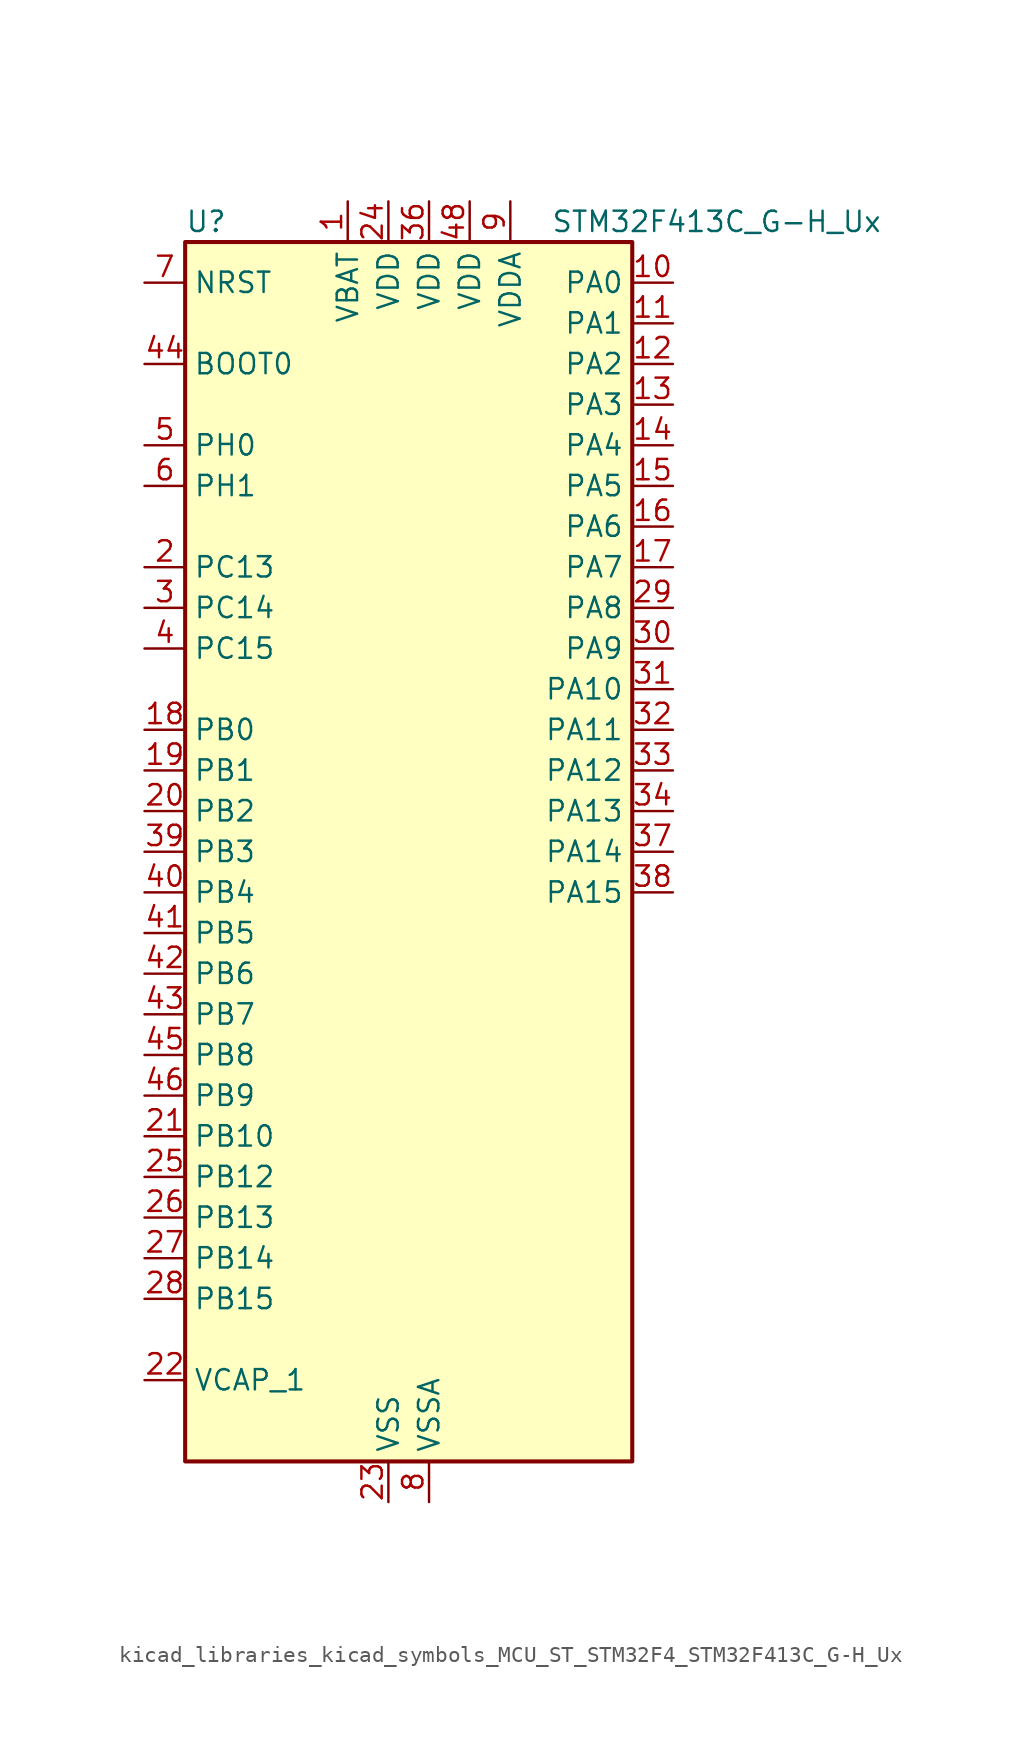
<source format=kicad_sym>
(kicad_symbol_lib
  (version 20220914)
  (generator kicad_symbol_editor)
  (symbol "kicad_libraries_kicad_symbols_MCU_ST_STM32F4_STM32F413C_G-H_Ux"
    (property "Reference" "U"
      (at -12.7 39.37 0)
      (effects (font (size 1.27 1.27)) (justify left)))
    (property "Value" "STM32F413C_G-H_Ux"
      (at 10.16 39.37 0)
      (effects (font (size 1.27 1.27)) (justify left)))
    (property "ki_locked" ""
      (at 0 0 0)
      (effects (font (size 1.27 1.27))))
    (symbol "kicad_libraries_kicad_symbols_MCU_ST_STM32F4_STM32F413C_G-H_Ux_0_1"
      (rectangle (start -12.7 -38.1) (end 15.24 38.1) (stroke (width 0.254) (type default)) (fill (type background))))
    (symbol "kicad_libraries_kicad_symbols_MCU_ST_STM32F4_STM32F413C_G-H_Ux_1_1"
      (pin power_in line (at -2.54 40.64 270) (length 2.54) (name "VBAT" (effects (font (size 1.27 1.27)))) (number "1" (effects (font (size 1.27 1.27)))))
      (pin bidirectional line (at 17.78 35.56 180) (length 2.54) (name "PA0" (effects (font (size 1.27 1.27)))) (number "10" (effects (font (size 1.27 1.27)))) (alternate "ADC1_IN0" bidirectional line) (alternate "SYS_WKUP1" bidirectional line) (alternate "TIM2_CH1" bidirectional line) (alternate "TIM2_ETR" bidirectional line) (alternate "TIM5_CH1" bidirectional line) (alternate "TIM8_ETR" bidirectional line) (alternate "UART4_TX" bidirectional line) (alternate "USART2_CTS" bidirectional line))
      (pin bidirectional line (at 17.78 33.02 180) (length 2.54) (name "PA1" (effects (font (size 1.27 1.27)))) (number "11" (effects (font (size 1.27 1.27)))) (alternate "ADC1_IN1" bidirectional line) (alternate "I2S4_SD" bidirectional line) (alternate "SPI4_MOSI" bidirectional line) (alternate "TIM2_CH2" bidirectional line) (alternate "TIM5_CH2" bidirectional line) (alternate "UART4_RX" bidirectional line) (alternate "USART2_RTS" bidirectional line))
      (pin bidirectional line (at 17.78 30.48 180) (length 2.54) (name "PA2" (effects (font (size 1.27 1.27)))) (number "12" (effects (font (size 1.27 1.27)))) (alternate "ADC1_IN2" bidirectional line) (alternate "I2S_CKIN" bidirectional line) (alternate "TIM2_CH3" bidirectional line) (alternate "TIM5_CH3" bidirectional line) (alternate "TIM9_CH1" bidirectional line) (alternate "USART2_TX" bidirectional line))
      (pin bidirectional line (at 17.78 27.94 180) (length 2.54) (name "PA3" (effects (font (size 1.27 1.27)))) (number "13" (effects (font (size 1.27 1.27)))) (alternate "ADC1_IN3" bidirectional line) (alternate "I2S2_MCK" bidirectional line) (alternate "SAI1_SD_B" bidirectional line) (alternate "TIM2_CH4" bidirectional line) (alternate "TIM5_CH4" bidirectional line) (alternate "TIM9_CH2" bidirectional line) (alternate "USART2_RX" bidirectional line))
      (pin bidirectional line (at 17.78 25.4 180) (length 2.54) (name "PA4" (effects (font (size 1.27 1.27)))) (number "14" (effects (font (size 1.27 1.27)))) (alternate "ADC1_IN4" bidirectional line) (alternate "DAC_OUT1" bidirectional line) (alternate "DFSDM1_DATIN1" bidirectional line) (alternate "I2S1_WS" bidirectional line) (alternate "I2S3_WS" bidirectional line) (alternate "SPI1_NSS" bidirectional line) (alternate "SPI3_NSS" bidirectional line) (alternate "USART2_CK" bidirectional line))
      (pin bidirectional line (at 17.78 22.86 180) (length 2.54) (name "PA5" (effects (font (size 1.27 1.27)))) (number "15" (effects (font (size 1.27 1.27)))) (alternate "ADC1_IN5" bidirectional line) (alternate "DAC_OUT2" bidirectional line) (alternate "DFSDM1_CKIN1" bidirectional line) (alternate "I2S1_CK" bidirectional line) (alternate "SPI1_SCK" bidirectional line) (alternate "TIM2_CH1" bidirectional line) (alternate "TIM2_ETR" bidirectional line) (alternate "TIM8_CH1N" bidirectional line))
      (pin bidirectional line (at 17.78 20.32 180) (length 2.54) (name "PA6" (effects (font (size 1.27 1.27)))) (number "16" (effects (font (size 1.27 1.27)))) (alternate "ADC1_IN6" bidirectional line) (alternate "DFSDM2_CKIN1" bidirectional line) (alternate "I2S2_MCK" bidirectional line) (alternate "SDIO_CMD" bidirectional line) (alternate "SPI1_MISO" bidirectional line) (alternate "TIM13_CH1" bidirectional line) (alternate "TIM1_BKIN" bidirectional line) (alternate "TIM3_CH1" bidirectional line) (alternate "TIM8_BKIN" bidirectional line))
      (pin bidirectional line (at 17.78 17.78 180) (length 2.54) (name "PA7" (effects (font (size 1.27 1.27)))) (number "17" (effects (font (size 1.27 1.27)))) (alternate "ADC1_IN7" bidirectional line) (alternate "DFSDM2_DATIN1" bidirectional line) (alternate "I2S1_SD" bidirectional line) (alternate "SPI1_MOSI" bidirectional line) (alternate "TIM14_CH1" bidirectional line) (alternate "TIM1_CH1N" bidirectional line) (alternate "TIM3_CH2" bidirectional line) (alternate "TIM8_CH1N" bidirectional line))
      (pin bidirectional line (at -15.24 7.62 0) (length 2.54) (name "PB0" (effects (font (size 1.27 1.27)))) (number "18" (effects (font (size 1.27 1.27)))) (alternate "ADC1_IN8" bidirectional line) (alternate "I2S5_CK" bidirectional line) (alternate "SPI5_SCK" bidirectional line) (alternate "TIM1_CH2N" bidirectional line) (alternate "TIM3_CH3" bidirectional line) (alternate "TIM8_CH2N" bidirectional line))
      (pin bidirectional line (at -15.24 5.08 0) (length 2.54) (name "PB1" (effects (font (size 1.27 1.27)))) (number "19" (effects (font (size 1.27 1.27)))) (alternate "ADC1_IN9" bidirectional line) (alternate "DFSDM1_DATIN0" bidirectional line) (alternate "I2S5_WS" bidirectional line) (alternate "SPI5_NSS" bidirectional line) (alternate "TIM1_CH3N" bidirectional line) (alternate "TIM3_CH4" bidirectional line) (alternate "TIM8_CH3N" bidirectional line))
      (pin bidirectional line (at -15.24 17.78 0) (length 2.54) (name "PC13" (effects (font (size 1.27 1.27)))) (number "2" (effects (font (size 1.27 1.27)))) (alternate "RTC_AF1" bidirectional line))
      (pin bidirectional line (at -15.24 2.54 0) (length 2.54) (name "PB2" (effects (font (size 1.27 1.27)))) (number "20" (effects (font (size 1.27 1.27)))) (alternate "DFSDM1_CKIN0" bidirectional line) (alternate "LPTIM1_OUT" bidirectional line))
      (pin bidirectional line (at -15.24 -17.78 0) (length 2.54) (name "PB10" (effects (font (size 1.27 1.27)))) (number "21" (effects (font (size 1.27 1.27)))) (alternate "DFSDM2_CKOUT" bidirectional line) (alternate "FMPI2C1_SCL" bidirectional line) (alternate "I2C2_SCL" bidirectional line) (alternate "I2S2_CK" bidirectional line) (alternate "I2S3_MCK" bidirectional line) (alternate "SDIO_D7" bidirectional line) (alternate "SPI2_SCK" bidirectional line) (alternate "TIM2_CH3" bidirectional line))
      (pin power_out line (at -15.24 -33.02 0) (length 2.54) (name "VCAP_1" (effects (font (size 1.27 1.27)))) (number "22" (effects (font (size 1.27 1.27)))))
      (pin power_in line (at 0 -40.64 90) (length 2.54) (name "VSS" (effects (font (size 1.27 1.27)))) (number "23" (effects (font (size 1.27 1.27)))))
      (pin power_in line (at 0 40.64 270) (length 2.54) (name "VDD" (effects (font (size 1.27 1.27)))) (number "24" (effects (font (size 1.27 1.27)))))
      (pin bidirectional line (at -15.24 -20.32 0) (length 2.54) (name "PB12" (effects (font (size 1.27 1.27)))) (number "25" (effects (font (size 1.27 1.27)))) (alternate "CAN2_RX" bidirectional line) (alternate "DFSDM1_DATIN1" bidirectional line) (alternate "I2C2_SMBA" bidirectional line) (alternate "I2S2_WS" bidirectional line) (alternate "I2S3_CK" bidirectional line) (alternate "I2S4_WS" bidirectional line) (alternate "SPI2_NSS" bidirectional line) (alternate "SPI3_SCK" bidirectional line) (alternate "SPI4_NSS" bidirectional line) (alternate "TIM1_BKIN" bidirectional line) (alternate "UART5_RX" bidirectional line))
      (pin bidirectional line (at -15.24 -22.86 0) (length 2.54) (name "PB13" (effects (font (size 1.27 1.27)))) (number "26" (effects (font (size 1.27 1.27)))) (alternate "CAN2_TX" bidirectional line) (alternate "DFSDM1_CKIN1" bidirectional line) (alternate "FMPI2C1_SMBA" bidirectional line) (alternate "I2S2_CK" bidirectional line) (alternate "I2S4_CK" bidirectional line) (alternate "SPI2_SCK" bidirectional line) (alternate "SPI4_SCK" bidirectional line) (alternate "TIM1_CH1N" bidirectional line) (alternate "UART5_TX" bidirectional line))
      (pin bidirectional line (at -15.24 -25.4 0) (length 2.54) (name "PB14" (effects (font (size 1.27 1.27)))) (number "27" (effects (font (size 1.27 1.27)))) (alternate "DFSDM1_DATIN2" bidirectional line) (alternate "FMPI2C1_SDA" bidirectional line) (alternate "I2S2_ext_SD" bidirectional line) (alternate "SDIO_D6" bidirectional line) (alternate "SPI2_MISO" bidirectional line) (alternate "TIM12_CH1" bidirectional line) (alternate "TIM1_CH2N" bidirectional line) (alternate "TIM8_CH2N" bidirectional line))
      (pin bidirectional line (at -15.24 -27.94 0) (length 2.54) (name "PB15" (effects (font (size 1.27 1.27)))) (number "28" (effects (font (size 1.27 1.27)))) (alternate "ADC1_EXTI15" bidirectional line) (alternate "DFSDM1_CKIN2" bidirectional line) (alternate "FMPI2C1_SCL" bidirectional line) (alternate "I2S2_SD" bidirectional line) (alternate "RTC_REFIN" bidirectional line) (alternate "SDIO_CK" bidirectional line) (alternate "SPI2_MOSI" bidirectional line) (alternate "TIM12_CH2" bidirectional line) (alternate "TIM1_CH3N" bidirectional line) (alternate "TIM8_CH3N" bidirectional line))
      (pin bidirectional line (at 17.78 15.24 180) (length 2.54) (name "PA8" (effects (font (size 1.27 1.27)))) (number "29" (effects (font (size 1.27 1.27)))) (alternate "CAN3_RX" bidirectional line) (alternate "DFSDM1_CKOUT" bidirectional line) (alternate "I2C3_SCL" bidirectional line) (alternate "RCC_MCO_1" bidirectional line) (alternate "SDIO_D1" bidirectional line) (alternate "TIM1_CH1" bidirectional line) (alternate "UART7_RX" bidirectional line) (alternate "USART1_CK" bidirectional line) (alternate "USB_OTG_FS_SOF" bidirectional line))
      (pin bidirectional line (at -15.24 15.24 0) (length 2.54) (name "PC14" (effects (font (size 1.27 1.27)))) (number "3" (effects (font (size 1.27 1.27)))) (alternate "RCC_OSC32_IN" bidirectional line))
      (pin bidirectional line (at 17.78 12.7 180) (length 2.54) (name "PA9" (effects (font (size 1.27 1.27)))) (number "30" (effects (font (size 1.27 1.27)))) (alternate "DAC_EXTI9" bidirectional line) (alternate "DFSDM2_CKIN3" bidirectional line) (alternate "I2C3_SMBA" bidirectional line) (alternate "I2S2_CK" bidirectional line) (alternate "SDIO_D2" bidirectional line) (alternate "SPI2_SCK" bidirectional line) (alternate "TIM1_CH2" bidirectional line) (alternate "USART1_TX" bidirectional line) (alternate "USB_OTG_FS_VBUS" bidirectional line))
      (pin bidirectional line (at 17.78 10.16 180) (length 2.54) (name "PA10" (effects (font (size 1.27 1.27)))) (number "31" (effects (font (size 1.27 1.27)))) (alternate "DFSDM2_DATIN3" bidirectional line) (alternate "I2S2_SD" bidirectional line) (alternate "I2S5_SD" bidirectional line) (alternate "SPI2_MOSI" bidirectional line) (alternate "SPI5_MOSI" bidirectional line) (alternate "TIM1_CH3" bidirectional line) (alternate "USART1_RX" bidirectional line) (alternate "USB_OTG_FS_ID" bidirectional line))
      (pin bidirectional line (at 17.78 7.62 180) (length 2.54) (name "PA11" (effects (font (size 1.27 1.27)))) (number "32" (effects (font (size 1.27 1.27)))) (alternate "ADC1_EXTI11" bidirectional line) (alternate "CAN1_RX" bidirectional line) (alternate "DFSDM2_CKIN5" bidirectional line) (alternate "I2S2_WS" bidirectional line) (alternate "SPI2_NSS" bidirectional line) (alternate "SPI4_MISO" bidirectional line) (alternate "TIM1_CH4" bidirectional line) (alternate "UART4_RX" bidirectional line) (alternate "USART1_CTS" bidirectional line) (alternate "USART6_TX" bidirectional line) (alternate "USB_OTG_FS_DM" bidirectional line))
      (pin bidirectional line (at 17.78 5.08 180) (length 2.54) (name "PA12" (effects (font (size 1.27 1.27)))) (number "33" (effects (font (size 1.27 1.27)))) (alternate "CAN1_TX" bidirectional line) (alternate "DFSDM2_DATIN5" bidirectional line) (alternate "SPI2_MISO" bidirectional line) (alternate "SPI5_MISO" bidirectional line) (alternate "TIM1_ETR" bidirectional line) (alternate "UART4_TX" bidirectional line) (alternate "USART1_RTS" bidirectional line) (alternate "USART6_RX" bidirectional line) (alternate "USB_OTG_FS_DP" bidirectional line))
      (pin bidirectional line (at 17.78 2.54 180) (length 2.54) (name "PA13" (effects (font (size 1.27 1.27)))) (number "34" (effects (font (size 1.27 1.27)))) (alternate "SYS_JTMS-SWDIO" bidirectional line))
      (pin passive line (at 0 -40.64 90) (length 2.54) hide (name "VSS" (effects (font (size 1.27 1.27)))) (number "35" (effects (font (size 1.27 1.27)))))
      (pin power_in line (at 2.54 40.64 270) (length 2.54) (name "VDD" (effects (font (size 1.27 1.27)))) (number "36" (effects (font (size 1.27 1.27)))))
      (pin bidirectional line (at 17.78 0 180) (length 2.54) (name "PA14" (effects (font (size 1.27 1.27)))) (number "37" (effects (font (size 1.27 1.27)))) (alternate "SYS_JTCK-SWCLK" bidirectional line))
      (pin bidirectional line (at 17.78 -2.54 180) (length 2.54) (name "PA15" (effects (font (size 1.27 1.27)))) (number "38" (effects (font (size 1.27 1.27)))) (alternate "ADC1_EXTI15" bidirectional line) (alternate "CAN3_TX" bidirectional line) (alternate "I2S1_WS" bidirectional line) (alternate "I2S3_WS" bidirectional line) (alternate "SAI1_MCLK_A" bidirectional line) (alternate "SPI1_NSS" bidirectional line) (alternate "SPI3_NSS" bidirectional line) (alternate "SYS_JTDI" bidirectional line) (alternate "TIM2_CH1" bidirectional line) (alternate "TIM2_ETR" bidirectional line) (alternate "UART7_TX" bidirectional line) (alternate "USART1_TX" bidirectional line))
      (pin bidirectional line (at -15.24 0 0) (length 2.54) (name "PB3" (effects (font (size 1.27 1.27)))) (number "39" (effects (font (size 1.27 1.27)))) (alternate "CAN3_RX" bidirectional line) (alternate "FMPI2C1_SDA" bidirectional line) (alternate "I2C2_SDA" bidirectional line) (alternate "I2S1_CK" bidirectional line) (alternate "I2S3_CK" bidirectional line) (alternate "SAI1_SD_A" bidirectional line) (alternate "SPI1_SCK" bidirectional line) (alternate "SPI3_SCK" bidirectional line) (alternate "SYS_JTDO-SWO" bidirectional line) (alternate "TIM2_CH2" bidirectional line) (alternate "UART7_RX" bidirectional line) (alternate "USART1_RX" bidirectional line))
      (pin bidirectional line (at -15.24 12.7 0) (length 2.54) (name "PC15" (effects (font (size 1.27 1.27)))) (number "4" (effects (font (size 1.27 1.27)))) (alternate "ADC1_EXTI15" bidirectional line) (alternate "RCC_OSC32_OUT" bidirectional line))
      (pin bidirectional line (at -15.24 -2.54 0) (length 2.54) (name "PB4" (effects (font (size 1.27 1.27)))) (number "40" (effects (font (size 1.27 1.27)))) (alternate "CAN3_TX" bidirectional line) (alternate "I2C3_SDA" bidirectional line) (alternate "I2S3_ext_SD" bidirectional line) (alternate "SAI1_SCK_A" bidirectional line) (alternate "SDIO_D0" bidirectional line) (alternate "SPI1_MISO" bidirectional line) (alternate "SPI3_MISO" bidirectional line) (alternate "SYS_JTRST" bidirectional line) (alternate "TIM3_CH1" bidirectional line) (alternate "UART7_TX" bidirectional line))
      (pin bidirectional line (at -15.24 -5.08 0) (length 2.54) (name "PB5" (effects (font (size 1.27 1.27)))) (number "41" (effects (font (size 1.27 1.27)))) (alternate "CAN2_RX" bidirectional line) (alternate "I2C1_SMBA" bidirectional line) (alternate "I2S1_SD" bidirectional line) (alternate "I2S3_SD" bidirectional line) (alternate "LPTIM1_IN1" bidirectional line) (alternate "SAI1_FS_A" bidirectional line) (alternate "SDIO_D3" bidirectional line) (alternate "SPI1_MOSI" bidirectional line) (alternate "SPI3_MOSI" bidirectional line) (alternate "TIM3_CH2" bidirectional line) (alternate "UART5_RX" bidirectional line))
      (pin bidirectional line (at -15.24 -7.62 0) (length 2.54) (name "PB6" (effects (font (size 1.27 1.27)))) (number "42" (effects (font (size 1.27 1.27)))) (alternate "CAN2_TX" bidirectional line) (alternate "DFSDM2_CKIN7" bidirectional line) (alternate "I2C1_SCL" bidirectional line) (alternate "LPTIM1_ETR" bidirectional line) (alternate "SDIO_D0" bidirectional line) (alternate "TIM4_CH1" bidirectional line) (alternate "UART5_TX" bidirectional line) (alternate "USART1_TX" bidirectional line))
      (pin bidirectional line (at -15.24 -10.16 0) (length 2.54) (name "PB7" (effects (font (size 1.27 1.27)))) (number "43" (effects (font (size 1.27 1.27)))) (alternate "DFSDM2_DATIN7" bidirectional line) (alternate "I2C1_SDA" bidirectional line) (alternate "LPTIM1_IN2" bidirectional line) (alternate "TIM4_CH2" bidirectional line) (alternate "USART1_RX" bidirectional line))
      (pin input line (at -15.24 30.48 0) (length 2.54) (name "BOOT0" (effects (font (size 1.27 1.27)))) (number "44" (effects (font (size 1.27 1.27)))))
      (pin bidirectional line (at -15.24 -12.7 0) (length 2.54) (name "PB8" (effects (font (size 1.27 1.27)))) (number "45" (effects (font (size 1.27 1.27)))) (alternate "CAN1_RX" bidirectional line) (alternate "DFSDM2_CKIN1" bidirectional line) (alternate "I2C1_SCL" bidirectional line) (alternate "I2C3_SDA" bidirectional line) (alternate "I2S5_SD" bidirectional line) (alternate "LPTIM1_OUT" bidirectional line) (alternate "SDIO_D4" bidirectional line) (alternate "SPI5_MOSI" bidirectional line) (alternate "TIM10_CH1" bidirectional line) (alternate "TIM4_CH3" bidirectional line) (alternate "UART5_RX" bidirectional line))
      (pin bidirectional line (at -15.24 -15.24 0) (length 2.54) (name "PB9" (effects (font (size 1.27 1.27)))) (number "46" (effects (font (size 1.27 1.27)))) (alternate "CAN1_TX" bidirectional line) (alternate "DAC_EXTI9" bidirectional line) (alternate "DFSDM2_DATIN1" bidirectional line) (alternate "I2C1_SDA" bidirectional line) (alternate "I2C2_SDA" bidirectional line) (alternate "I2S2_WS" bidirectional line) (alternate "SDIO_D5" bidirectional line) (alternate "SPI2_NSS" bidirectional line) (alternate "TIM11_CH1" bidirectional line) (alternate "TIM4_CH4" bidirectional line) (alternate "UART5_TX" bidirectional line))
      (pin passive line (at 0 -40.64 90) (length 2.54) hide (name "VSS" (effects (font (size 1.27 1.27)))) (number "47" (effects (font (size 1.27 1.27)))))
      (pin power_in line (at 5.08 40.64 270) (length 2.54) (name "VDD" (effects (font (size 1.27 1.27)))) (number "48" (effects (font (size 1.27 1.27)))))
      (pin passive line (at 0 -40.64 90) (length 2.54) hide (name "VSS" (effects (font (size 1.27 1.27)))) (number "49" (effects (font (size 1.27 1.27)))))
      (pin bidirectional line (at -15.24 25.4 0) (length 2.54) (name "PH0" (effects (font (size 1.27 1.27)))) (number "5" (effects (font (size 1.27 1.27)))) (alternate "RCC_OSC_IN" bidirectional line))
      (pin bidirectional line (at -15.24 22.86 0) (length 2.54) (name "PH1" (effects (font (size 1.27 1.27)))) (number "6" (effects (font (size 1.27 1.27)))) (alternate "RCC_OSC_OUT" bidirectional line))
      (pin input line (at -15.24 35.56 0) (length 2.54) (name "NRST" (effects (font (size 1.27 1.27)))) (number "7" (effects (font (size 1.27 1.27)))))
      (pin power_in line (at 2.54 -40.64 90) (length 2.54) (name "VSSA" (effects (font (size 1.27 1.27)))) (number "8" (effects (font (size 1.27 1.27)))))
      (pin power_in line (at 7.62 40.64 270) (length 2.54) (name "VDDA" (effects (font (size 1.27 1.27)))) (number "9" (effects (font (size 1.27 1.27))))))))
</source>
